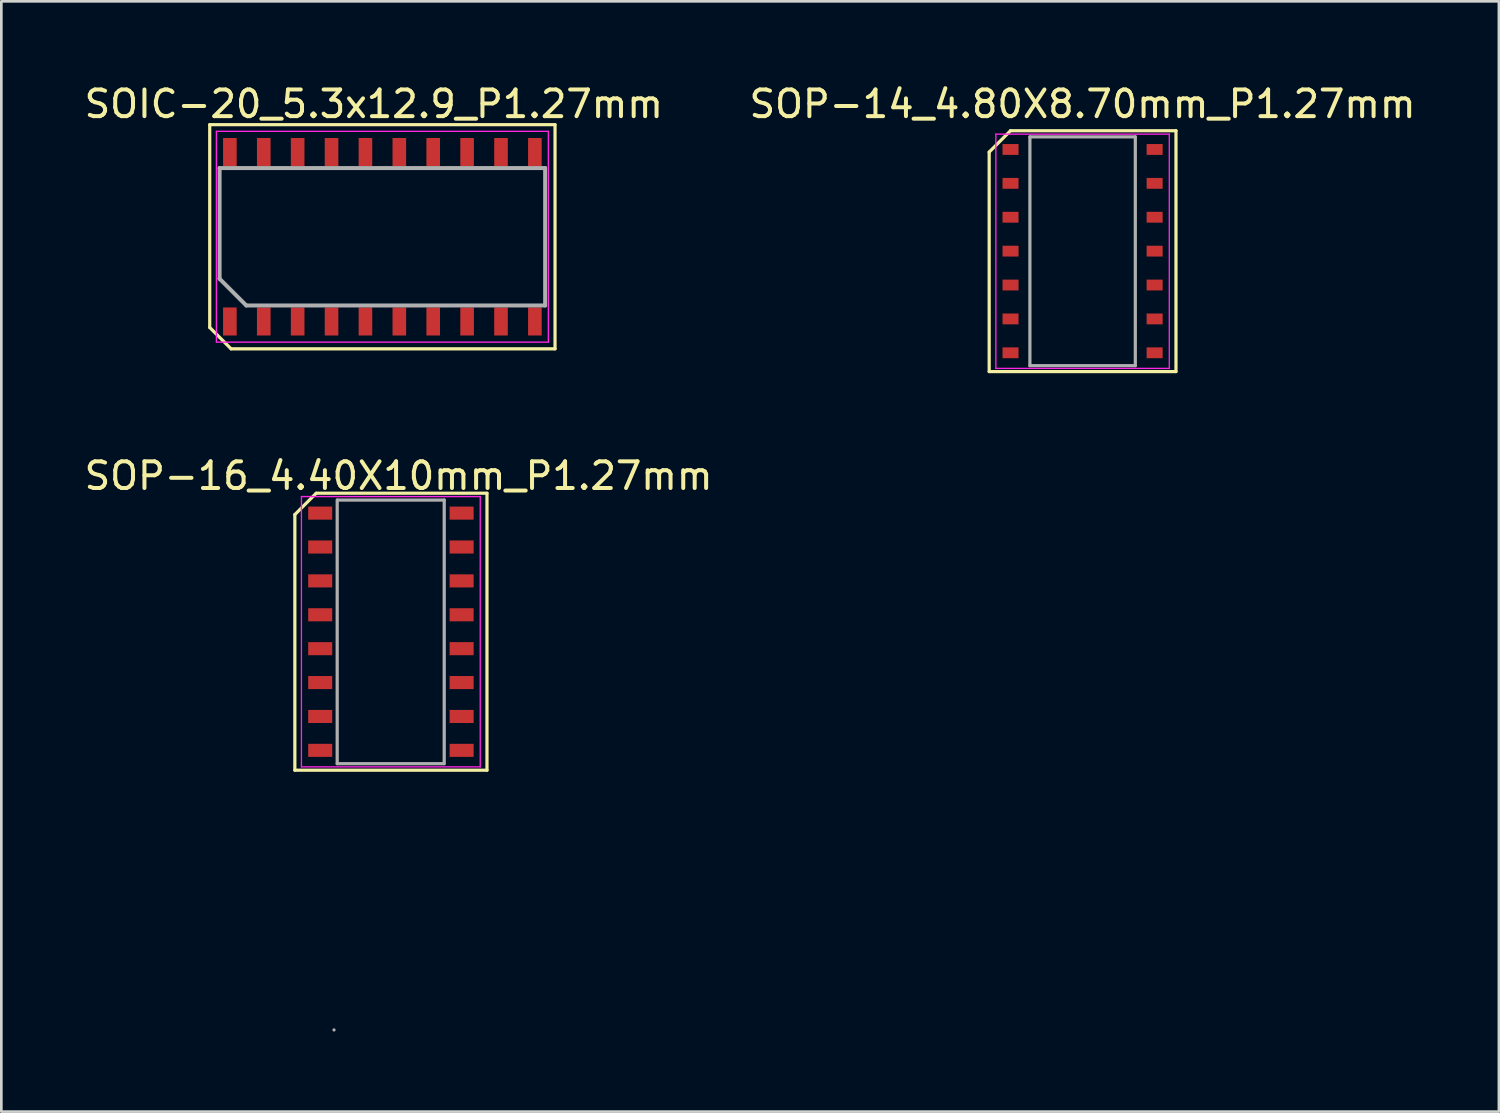
<source format=kicad_pcb>
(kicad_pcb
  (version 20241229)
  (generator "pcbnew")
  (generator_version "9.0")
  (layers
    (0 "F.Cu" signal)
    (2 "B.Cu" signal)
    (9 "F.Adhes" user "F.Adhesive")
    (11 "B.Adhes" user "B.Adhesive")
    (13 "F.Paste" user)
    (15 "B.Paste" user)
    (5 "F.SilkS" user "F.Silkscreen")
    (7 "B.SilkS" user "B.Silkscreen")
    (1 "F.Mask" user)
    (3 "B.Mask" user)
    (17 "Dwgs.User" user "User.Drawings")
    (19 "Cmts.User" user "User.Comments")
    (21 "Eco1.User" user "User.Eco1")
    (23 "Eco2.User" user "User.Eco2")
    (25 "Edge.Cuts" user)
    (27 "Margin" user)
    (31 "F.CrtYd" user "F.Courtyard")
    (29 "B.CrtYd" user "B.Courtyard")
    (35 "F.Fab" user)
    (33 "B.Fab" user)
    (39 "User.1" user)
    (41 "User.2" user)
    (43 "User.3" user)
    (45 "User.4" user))
  (footprint "SOIC-20_5.3x12.9_P1.27mm"
    (layer "F.Cu")
    (at 11.279 5.822)
    (property "Reference" "SOIC-20_5.3x12.9_P1.27mm" (at -0.321 -4.974 180) (layer "F.SilkS") (effects (font (size 1 1) (thickness 0.15))))
    (attr smd)
    (fp_line (start -6.47 -4.2) (end 6.47 -4.2) (stroke (width 0.12) (type solid)) (layer "F.SilkS"))
    (fp_line (start -6.47 3.4) (end -6.47 -4.2) (stroke (width 0.12) (type solid)) (layer "F.SilkS"))
    (fp_line (start -5.67 4.2) (end -6.47 3.4) (stroke (width 0.12) (type solid)) (layer "F.SilkS"))
    (fp_line (start 6.47 -4.2) (end 6.47 4.2) (stroke (width 0.12) (type solid)) (layer "F.SilkS"))
    (fp_line (start 6.47 4.2) (end -5.67 4.2) (stroke (width 0.12) (type solid)) (layer "F.SilkS"))
    (fp_line (start -6.22 -3.95) (end 6.22 -3.95) (stroke (width 0.05) (type solid)) (layer "F.CrtYd"))
    (fp_line (start -6.22 3.95) (end -6.22 -3.95) (stroke (width 0.05) (type solid)) (layer "F.CrtYd"))
    (fp_line (start 6.22 -3.95) (end 6.22 3.95) (stroke (width 0.05) (type solid)) (layer "F.CrtYd"))
    (fp_line (start 6.22 3.95) (end -6.22 3.95) (stroke (width 0.05) (type solid)) (layer "F.CrtYd"))
    (fp_line (start -6.1 -2.575) (end -6.1 1.575) (stroke (width 0.15) (type solid)) (layer "F.Fab"))
    (fp_line (start -6.1 -2.575) (end 6.1 -2.575) (stroke (width 0.15) (type solid)) (layer "F.Fab"))
    (fp_line (start -6.1 1.575) (end -5.1 2.575) (stroke (width 0.15) (type solid)) (layer "F.Fab"))
    (fp_line (start -5.1 2.575) (end 6.1 2.575) (stroke (width 0.15) (type solid)) (layer "F.Fab"))
    (fp_line (start 6.1 -2.575) (end 6.1 2.575) (stroke (width 0.15) (type solid)) (layer "F.Fab"))
    (pad "1" smd rect (at -5.715 3.175) (size 0.51 1.05) (layers "F.Cu" "F.Mask" "F.Paste"))
    (pad "2" smd rect (at -4.445 3.175) (size 0.51 1.05) (layers "F.Cu" "F.Mask" "F.Paste"))
    (pad "3" smd rect (at -3.175 3.175) (size 0.51 1.05) (layers "F.Cu" "F.Mask" "F.Paste"))
    (pad "4" smd rect (at -1.905 3.175) (size 0.51 1.05) (layers "F.Cu" "F.Mask" "F.Paste"))
    (pad "5" smd rect (at -0.635 3.175) (size 0.51 1.05) (layers "F.Cu" "F.Mask" "F.Paste"))
    (pad "6" smd rect (at 0.635 3.175) (size 0.51 1.05) (layers "F.Cu" "F.Mask" "F.Paste"))
    (pad "7" smd rect (at 1.905 3.175) (size 0.51 1.05) (layers "F.Cu" "F.Mask" "F.Paste"))
    (pad "8" smd rect (at 3.175 3.175) (size 0.51 1.05) (layers "F.Cu" "F.Mask" "F.Paste"))
    (pad "9" smd rect (at 4.445 3.175) (size 0.51 1.05) (layers "F.Cu" "F.Mask" "F.Paste"))
    (pad "10" smd rect (at 5.715 3.175) (size 0.51 1.05) (layers "F.Cu" "F.Mask" "F.Paste"))
    (pad "11" smd rect (at 5.715 -3.175) (size 0.51 1.05) (layers "F.Cu" "F.Mask" "F.Paste"))
    (pad "12" smd rect (at 4.445 -3.175) (size 0.51 1.05) (layers "F.Cu" "F.Mask" "F.Paste"))
    (pad "13" smd rect (at 3.175 -3.175) (size 0.51 1.05) (layers "F.Cu" "F.Mask" "F.Paste"))
    (pad "14" smd rect (at 1.905 -3.175) (size 0.51 1.05) (layers "F.Cu" "F.Mask" "F.Paste"))
    (pad "15" smd rect (at 0.635 -3.175) (size 0.51 1.05) (layers "F.Cu" "F.Mask" "F.Paste"))
    (pad "16" smd rect (at -0.635 -3.175) (size 0.51 1.05) (layers "F.Cu" "F.Mask" "F.Paste"))
    (pad "17" smd rect (at -1.905 -3.175) (size 0.51 1.05) (layers "F.Cu" "F.Mask" "F.Paste"))
    (pad "18" smd rect (at -3.175 -3.175) (size 0.51 1.05) (layers "F.Cu" "F.Mask" "F.Paste"))
    (pad "19" smd rect (at -4.445 -3.175) (size 0.51 1.05) (layers "F.Cu" "F.Mask" "F.Paste"))
    (pad "20" smd rect (at -5.715 -3.175) (size 0.51 1.05) (layers "F.Cu" "F.Mask" "F.Paste")))
  (footprint "SOP-16_4.40X10mm_P1.27mm"
    (layer "F.Cu")
    (at 11.606 20.628)
    (property "Reference" "SOP-16_4.40X10mm_P1.27mm" (at 0.281 -5.846 0) (layer "F.SilkS") (effects (font (size 1 1) (thickness 0.15))))
    (attr smd)
    (fp_line (start -3.607 -4.395) (end -2.807 -5.195) (stroke (width 0.12) (type solid)) (layer "F.SilkS"))
    (fp_line (start -3.607 5.185) (end -3.607 -4.395) (stroke (width 0.12) (type solid)) (layer "F.SilkS"))
    (fp_line (start -2.807 -5.195) (end 3.593 -5.195) (stroke (width 0.12) (type solid)) (layer "F.SilkS"))
    (fp_line (start 3.593 -5.195) (end 3.593 5.185) (stroke (width 0.12) (type solid)) (layer "F.SilkS"))
    (fp_line (start 3.593 5.185) (end -3.607 5.185) (stroke (width 0.12) (type solid)) (layer "F.SilkS"))
    (fp_line (start -3.36 -5.07) (end -3.36 5.06) (stroke (width 0.05) (type solid)) (layer "F.CrtYd"))
    (fp_line (start -3.36 -5.07) (end 3.34 -5.07) (stroke (width 0.05) (type solid)) (layer "F.CrtYd"))
    (fp_line (start 3.34 -5.07) (end 3.34 5.06) (stroke (width 0.05) (type solid)) (layer "F.CrtYd"))
    (fp_line (start 3.34 5.06) (end -3.36 5.06) (stroke (width 0.05) (type solid)) (layer "F.CrtYd"))
    (fp_line (start -2.14 14.917) (end -2.139 14.918) (stroke (width 0.12) (type solid)) (layer "F.Fab"))
    (fp_line (start -2.02 4.94) (end -2.02 -4.94) (stroke (width 0.12) (type solid)) (layer "F.Fab"))
    (fp_line (start -2.02 4.94) (end 1.98 4.94) (stroke (width 0.12) (type solid)) (layer "F.Fab"))
    (fp_line (start -2.01 -4.94) (end 1.99 -4.94) (stroke (width 0.12) (type solid)) (layer "F.Fab"))
    (fp_line (start 1.99 4.94) (end 1.99 -4.94) (stroke (width 0.12) (type solid)) (layer "F.Fab"))
    (pad "1" smd rect (at -2.657 -4.45 270) (size 0.49 0.9) (layers "F.Cu" "F.Mask" "F.Paste"))
    (pad "2" smd rect (at -2.657 -3.18 270) (size 0.49 0.9) (layers "F.Cu" "F.Mask" "F.Paste"))
    (pad "3" smd rect (at -2.657 -1.91 270) (size 0.49 0.9) (layers "F.Cu" "F.Mask" "F.Paste"))
    (pad "4" smd rect (at -2.657 -0.64 270) (size 0.49 0.9) (layers "F.Cu" "F.Mask" "F.Paste"))
    (pad "5" smd rect (at -2.657 0.63 270) (size 0.49 0.9) (layers "F.Cu" "F.Mask" "F.Paste"))
    (pad "6" smd rect (at -2.657 1.9 270) (size 0.49 0.9) (layers "F.Cu" "F.Mask" "F.Paste"))
    (pad "7" smd rect (at -2.657 3.17 270) (size 0.49 0.9) (layers "F.Cu" "F.Mask" "F.Paste"))
    (pad "8" smd rect (at -2.657 4.44 270) (size 0.49 0.9) (layers "F.Cu" "F.Mask" "F.Paste"))
    (pad "9" smd rect (at 2.643 4.44 270) (size 0.49 0.9) (layers "F.Cu" "F.Mask" "F.Paste"))
    (pad "10" smd rect (at 2.643 3.17 270) (size 0.49 0.9) (layers "F.Cu" "F.Mask" "F.Paste"))
    (pad "11" smd rect (at 2.643 1.9 270) (size 0.49 0.9) (layers "F.Cu" "F.Mask" "F.Paste"))
    (pad "12" smd rect (at 2.643 0.63 270) (size 0.49 0.9) (layers "F.Cu" "F.Mask" "F.Paste"))
    (pad "13" smd rect (at 2.643 -0.64 270) (size 0.49 0.9) (layers "F.Cu" "F.Mask" "F.Paste"))
    (pad "14" smd rect (at 2.643 -1.91 270) (size 0.49 0.9) (layers "F.Cu" "F.Mask" "F.Paste"))
    (pad "15" smd rect (at 2.643 -3.18 270) (size 0.49 0.9) (layers "F.Cu" "F.Mask" "F.Paste"))
    (pad "16" smd rect (at 2.643 -4.45 270) (size 0.49 0.9) (layers "F.Cu" "F.Mask" "F.Paste")))
  (footprint "SOP-14_4.80X8.70mm_P1.27mm"
    (layer "F.Cu")
    (at 37.519 6.366)
    (property "Reference" "SOP-14_4.80X8.70mm_P1.27mm" (at -0.001 -5.518 0) (layer "F.SilkS") (effects (font (size 1 1) (thickness 0.15))))
    (attr smd)
    (fp_line (start -3.501 -3.718) (end -2.701 -4.518) (stroke (width 0.12) (type solid)) (layer "F.SilkS"))
    (fp_line (start -3.501 4.508) (end -3.501 -3.718) (stroke (width 0.12) (type solid)) (layer "F.SilkS"))
    (fp_line (start -2.701 -4.518) (end 3.499 -4.518) (stroke (width 0.12) (type solid)) (layer "F.SilkS"))
    (fp_line (start 3.499 -4.518) (end 3.499 4.508) (stroke (width 0.12) (type solid)) (layer "F.SilkS"))
    (fp_line (start 3.499 4.508) (end -3.501 4.508) (stroke (width 0.12) (type solid)) (layer "F.SilkS"))
    (fp_line (start -3.251 -4.39) (end 3.249 -4.39) (stroke (width 0.05) (type solid)) (layer "F.CrtYd"))
    (fp_line (start -3.251 4.39) (end -3.251 -4.39) (stroke (width 0.05) (type solid)) (layer "F.CrtYd"))
    (fp_line (start 3.249 -4.39) (end 3.249 4.39) (stroke (width 0.05) (type solid)) (layer "F.CrtYd"))
    (fp_line (start 3.249 4.39) (end -3.251 4.39) (stroke (width 0.05) (type solid)) (layer "F.CrtYd"))
    (fp_line (start -1.975 -4.287) (end -1.975 4.287) (stroke (width 0.12) (type solid)) (layer "F.Fab"))
    (fp_line (start 1.975 -4.287) (end -1.975 -4.287) (stroke (width 0.12) (type solid)) (layer "F.Fab"))
    (fp_line (start 1.975 -4.287) (end 1.975 4.287) (stroke (width 0.12) (type solid)) (layer "F.Fab"))
    (fp_line (start 1.975 4.287) (end -1.975 4.287) (stroke (width 0.12) (type solid)) (layer "F.Fab"))
    (pad "1" smd rect (at -2.701 -3.815 270) (size 0.406 0.6) (layers "F.Cu" "F.Mask" "F.Paste"))
    (pad "2" smd rect (at -2.701 -2.545 270) (size 0.406 0.6) (layers "F.Cu" "F.Mask" "F.Paste"))
    (pad "3" smd rect (at -2.701 -1.275 270) (size 0.406 0.6) (layers "F.Cu" "F.Mask" "F.Paste"))
    (pad "4" smd rect (at -2.701 -0.005 270) (size 0.406 0.6) (layers "F.Cu" "F.Mask" "F.Paste"))
    (pad "5" smd rect (at -2.701 1.265 270) (size 0.406 0.6) (layers "F.Cu" "F.Mask" "F.Paste"))
    (pad "6" smd rect (at -2.701 2.535 270) (size 0.406 0.6) (layers "F.Cu" "F.Mask" "F.Paste"))
    (pad "7" smd rect (at -2.701 3.805 270) (size 0.406 0.6) (layers "F.Cu" "F.Mask" "F.Paste"))
    (pad "8" smd rect (at 2.699 3.805 270) (size 0.406 0.6) (layers "F.Cu" "F.Mask" "F.Paste"))
    (pad "9" smd rect (at 2.699 2.535 270) (size 0.406 0.6) (layers "F.Cu" "F.Mask" "F.Paste"))
    (pad "10" smd rect (at 2.699 1.265 270) (size 0.406 0.6) (layers "F.Cu" "F.Mask" "F.Paste"))
    (pad "11" smd rect (at 2.699 -0.005 270) (size 0.406 0.6) (layers "F.Cu" "F.Mask" "F.Paste"))
    (pad "12" smd rect (at 2.699 -1.275 270) (size 0.406 0.6) (layers "F.Cu" "F.Mask" "F.Paste"))
    (pad "13" smd rect (at 2.699 -2.545 270) (size 0.406 0.6) (layers "F.Cu" "F.Mask" "F.Paste"))
    (pad "14" smd rect (at 2.699 -3.815 270) (size 0.406 0.6) (layers "F.Cu" "F.Mask" "F.Paste")))
  (gr_rect
    (start -3 -3)
    (end 53.119 38.606)
    (stroke (width 0.1) (type default))
    (fill no)
    (layer "Edge.Cuts")))
</source>
